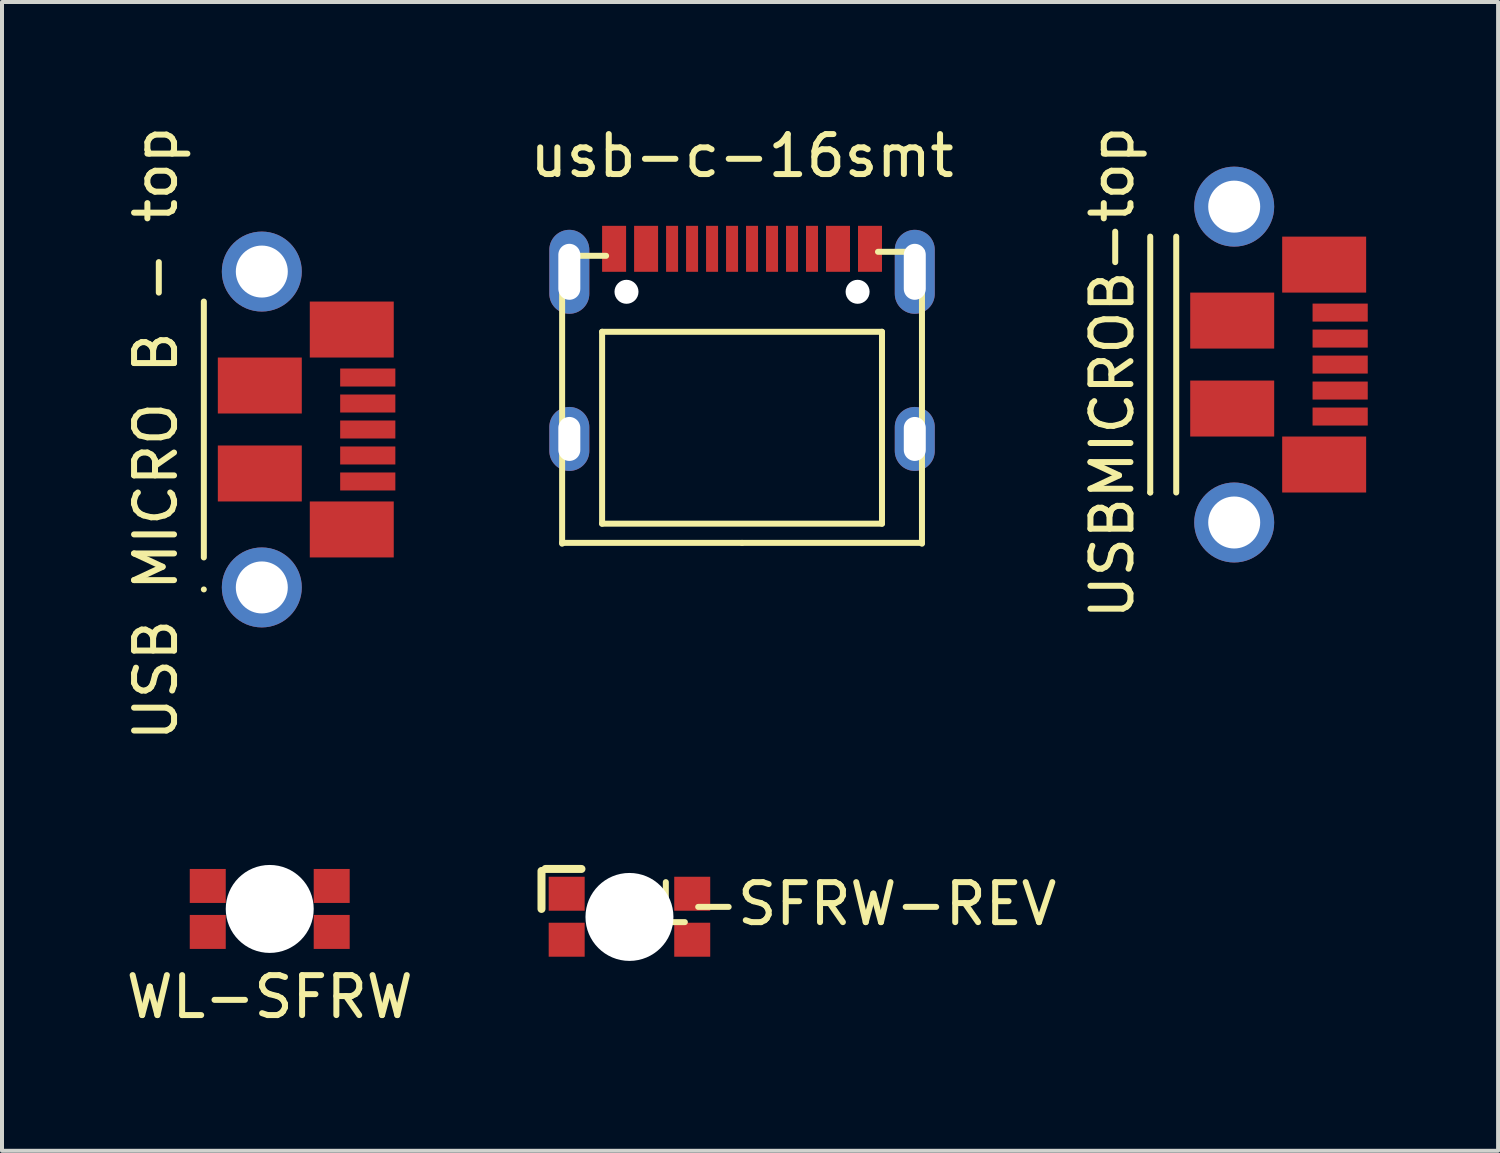
<source format=kicad_pcb>
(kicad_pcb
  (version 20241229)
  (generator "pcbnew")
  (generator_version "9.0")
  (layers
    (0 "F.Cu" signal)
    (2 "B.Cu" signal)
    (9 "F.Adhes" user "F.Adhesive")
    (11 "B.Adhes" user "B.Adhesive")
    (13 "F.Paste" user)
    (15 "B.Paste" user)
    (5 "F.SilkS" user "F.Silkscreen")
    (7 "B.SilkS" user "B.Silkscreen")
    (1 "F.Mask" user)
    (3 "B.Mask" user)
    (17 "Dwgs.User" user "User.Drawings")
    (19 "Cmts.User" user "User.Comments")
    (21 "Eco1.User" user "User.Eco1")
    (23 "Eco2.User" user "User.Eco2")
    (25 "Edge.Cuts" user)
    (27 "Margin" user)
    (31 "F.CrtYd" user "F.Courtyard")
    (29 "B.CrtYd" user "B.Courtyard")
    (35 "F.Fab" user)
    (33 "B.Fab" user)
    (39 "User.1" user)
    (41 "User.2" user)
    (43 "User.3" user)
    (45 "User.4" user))
  (footprint "USB MICRO B - top"
    (layer "F.Cu")
    (at 6.848 7.692)
    (property "Reference" "USB MICRO B - top" (at -6 0.1 90) (layer "F.SilkS") (effects (font (size 1 1) (thickness 0.15))))
    (attr through_hole)
    (fp_line (start -4.8 -3.2) (end -4.8 3.2) (stroke (width 0.15) (type solid)) (layer "F.SilkS"))
    (fp_line (start -4.8 4) (end -4.8 4) (stroke (width 0.15) (type solid)) (layer "F.SilkS"))
    (pad "1" smd rect (at -0.7 1.3) (size 1.38 0.45) (layers "F.Cu" "F.Mask" "F.Paste"))
    (pad "2" smd rect (at -0.7 0.65) (size 1.38 0.45) (layers "F.Cu" "F.Mask" "F.Paste"))
    (pad "3" smd rect (at -0.7 0) (size 1.38 0.45) (layers "F.Cu" "F.Mask" "F.Paste"))
    (pad "4" smd rect (at -0.7 -0.65) (size 1.38 0.45) (layers "F.Cu" "F.Mask" "F.Paste"))
    (pad "5" smd rect (at -0.7 -1.3) (size 1.38 0.45) (layers "F.Cu" "F.Mask" "F.Paste"))
    (pad "6" smd rect (at -3.4 -1.1) (size 2.1 1.4) (layers "F.Cu" "F.Mask" "F.Paste"))
    (pad "6" smd rect (at -3.4 1.1) (size 2.1 1.4) (layers "F.Cu" "F.Mask" "F.Paste"))
    (pad "6" thru_hole circle (at -3.35 -3.95) (size 2 2) (drill 1.3) (layers "*.Cu" "*.Mask"))
    (pad "6" thru_hole circle (at -3.35 3.95) (size 2 2) (drill 1.3) (layers "*.Cu" "*.Mask"))
    (pad "6" smd rect (at -1.1 -2.5) (size 2.1 1.4) (layers "F.Cu" "F.Mask" "F.Paste"))
    (pad "6" smd rect (at -1.1 2.5) (size 2.1 1.4) (layers "F.Cu" "F.Mask" "F.Paste")))
  (footprint "USBMICROB-top"
    (layer "F.Cu")
    (at 31.168 6.068)
    (property "Reference" "USBMICROB-top" (at -6.4 0.2 90) (layer "F.SilkS") (effects (font (size 1 1) (thickness 0.15))))
    (attr through_hole)
    (fp_line (start -5.45 -3.2) (end -5.45 3.2) (stroke (width 0.15) (type solid)) (layer "F.SilkS"))
    (fp_line (start -5.45 3.2) (end -5.45 3.2) (stroke (width 0.15) (type solid)) (layer "F.SilkS"))
    (fp_line (start -4.8 -3.2) (end -4.8 3.2) (stroke (width 0.15) (type solid)) (layer "F.SilkS"))
    (pad "1" smd rect (at -0.7 1.3) (size 1.38 0.45) (layers "F.Cu" "F.Mask" "F.Paste"))
    (pad "2" smd rect (at -0.7 0.65) (size 1.38 0.45) (layers "F.Cu" "F.Mask" "F.Paste"))
    (pad "3" smd rect (at -0.7 0) (size 1.38 0.45) (layers "F.Cu" "F.Mask" "F.Paste"))
    (pad "4" smd rect (at -0.7 -0.65) (size 1.38 0.45) (layers "F.Cu" "F.Mask" "F.Paste"))
    (pad "5" smd rect (at -0.7 -1.3) (size 1.38 0.45) (layers "F.Cu" "F.Mask" "F.Paste"))
    (pad "6" smd rect (at -3.4 -1.1) (size 2.1 1.4) (layers "F.Cu" "F.Mask" "F.Paste"))
    (pad "6" smd rect (at -3.4 1.1) (size 2.1 1.4) (layers "F.Cu" "F.Mask" "F.Paste"))
    (pad "6" thru_hole circle (at -3.35 -3.95) (size 2 2) (drill 1.3) (layers "*.Cu" "*.Mask"))
    (pad "6" thru_hole circle (at -3.35 3.95) (size 2 2) (drill 1.3) (layers "*.Cu" "*.Mask"))
    (pad "6" smd rect (at -1.1 -2.5) (size 2.1 1.4) (layers "F.Cu" "F.Mask" "F.Paste"))
    (pad "6" smd rect (at -1.1 2.5) (size 2.1 1.4) (layers "F.Cu" "F.Mask" "F.Paste")))
  (footprint "WL-SFRW"
    (layer "F.Cu")
    (at 3.696 19.683)
    (property "Reference" "WL-SFRW" (at 0 2.2 0) (layer "F.SilkS") (effects (font (size 1 1) (thickness 0.15))))
    (attr through_hole)
    (pad "" np_thru_hole circle (at 0 0) (size 2.2 2.2) (drill 2.2) (layers "*.Cu" "*.Mask"))
    (pad "4" smd rect (at -1.55 -0.575) (size 0.9 0.85) (layers "F.Cu" "F.Mask" "F.Paste"))
    (pad "5" smd rect (at -1.55 0.575) (size 0.9 0.85) (layers "F.Cu" "F.Mask" "F.Paste"))
    (pad "6" smd rect (at 1.55 0.575) (size 0.9 0.85) (layers "F.Cu" "F.Mask" "F.Paste"))
    (pad "7" smd rect (at 1.55 -0.575) (size 0.9 0.85) (layers "F.Cu" "F.Mask" "F.Paste")))
  (footprint "usb-c-16smt"
    (layer "F.Cu")
    (at 15.509 3.748)
    (property "Reference" "usb-c-16smt" (at 0 -2.9 0) (layer "F.SilkS") (effects (font (size 1 1) (thickness 0.15))))
    (attr through_hole)
    (fp_line (start -4.5 -0.4) (end -4.5 6.8) (stroke (width 0.15) (type solid)) (layer "F.SilkS"))
    (fp_line (start -4.5 6.78) (end 0 6.78) (stroke (width 0.15) (type solid)) (layer "F.SilkS"))
    (fp_line (start -3.5 1.5) (end 3.5 1.5) (stroke (width 0.15) (type solid)) (layer "F.SilkS"))
    (fp_line (start -3.5 6.3) (end -3.5 1.5) (stroke (width 0.15) (type solid)) (layer "F.SilkS"))
    (fp_line (start -3.4 -0.4) (end -4.5 -0.4) (stroke (width 0.15) (type solid)) (layer "F.SilkS"))
    (fp_line (start 0 6.78) (end 4.5 6.78) (stroke (width 0.15) (type solid)) (layer "F.SilkS"))
    (fp_line (start 3.5 1.5) (end 3.5 6.3) (stroke (width 0.15) (type solid)) (layer "F.SilkS"))
    (fp_line (start 3.5 6.3) (end -3.5 6.3) (stroke (width 0.15) (type solid)) (layer "F.SilkS"))
    (fp_line (start 4.5 -0.5) (end 3.4 -0.5) (stroke (width 0.15) (type solid)) (layer "F.SilkS"))
    (fp_line (start 4.5 6.8) (end 4.5 -0.5) (stroke (width 0.15) (type solid)) (layer "F.SilkS"))
    (pad "" np_thru_hole circle (at -2.89 0.5) (size 0.6 0.6) (drill 0.6) (layers "*.Cu" "*.Mask"))
    (pad "" np_thru_hole circle (at 2.89 0.5) (size 0.6 0.6) (drill 0.6) (layers "*.Cu" "*.Mask"))
    (pad "A1/B12" smd rect (at -3.2 -0.575) (size 0.6 1.15) (layers "F.Cu" "F.Mask" "F.Paste"))
    (pad "A4/B9" smd rect (at -2.4 -0.575) (size 0.6 1.15) (layers "F.Cu" "F.Mask" "F.Paste"))
    (pad "A5" smd rect (at -1.25 -0.575) (size 0.3 1.15) (layers "F.Cu" "F.Mask" "F.Paste"))
    (pad "A6" smd rect (at -0.25 -0.575) (size 0.3 1.15) (layers "F.Cu" "F.Mask" "F.Paste"))
    (pad "A7" smd rect (at 0.25 -0.575) (size 0.3 1.15) (layers "F.Cu" "F.Mask" "F.Paste"))
    (pad "A8" smd rect (at 1.25 -0.575) (size 0.3 1.15) (layers "F.Cu" "F.Mask" "F.Paste"))
    (pad "B1/A12" smd rect (at 3.2 -0.575) (size 0.6 1.15) (layers "F.Cu" "F.Mask" "F.Paste"))
    (pad "B4/A9" smd rect (at 2.4 -0.575) (size 0.6 1.15) (layers "F.Cu" "F.Mask" "F.Paste"))
    (pad "B5" smd rect (at 1.75 -0.575) (size 0.3 1.15) (layers "F.Cu" "F.Mask" "F.Paste"))
    (pad "B6" smd rect (at 0.75 -0.575) (size 0.3 1.15) (layers "F.Cu" "F.Mask" "F.Paste"))
    (pad "B7" smd rect (at -0.75 -0.575) (size 0.3 1.15) (layers "F.Cu" "F.Mask" "F.Paste"))
    (pad "B8" smd rect (at -1.75 -0.575) (size 0.3 1.15) (layers "F.Cu" "F.Mask" "F.Paste"))
    (pad "S1" thru_hole oval (at -4.32 4.18) (size 1 1.6) (drill oval 0.55 1.1) (layers "*.Cu" "*.Mask"))
    (pad "S2" thru_hole oval (at -4.32 0) (size 1 2.1) (drill oval 0.55 1.4) (layers "*.Cu" "*.Mask"))
    (pad "S3" thru_hole oval (at 4.32 0) (size 1 2.1) (drill oval 0.55 1.4) (layers "*.Cu" "*.Mask"))
    (pad "S4" thru_hole oval (at 4.32 4.18) (size 1 1.6) (drill oval 0.55 1.1) (layers "*.Cu" "*.Mask")))
  (footprint "WL-SFRW-REV"
    (layer "F.Cu")
    (at 12.693 19.883)
    (property "Reference" "WL-SFRW-REV" (at 5.1 -0.325 0) (layer "F.SilkS") (effects (font (size 1 1) (thickness 0.15))))
    (attr through_hole)
    (fp_line (start -2.2 -0.2) (end -2.2 -1.15) (stroke (width 0.2) (type solid)) (layer "F.SilkS"))
    (fp_line (start -1.2 -1.2) (end -2.1 -1.2) (stroke (width 0.2) (type solid)) (layer "F.SilkS"))
    (pad "" np_thru_hole circle (at 0 0) (size 2.2 2.2) (drill 2.2) (layers "*.Cu" "*.Mask"))
    (pad "1" smd rect (at 1.57 -0.58) (size 0.9 0.85) (layers "F.Cu" "F.Mask" "F.Paste"))
    (pad "4" smd rect (at -1.57 0.57) (size 0.9 0.85) (layers "F.Cu" "F.Mask" "F.Paste"))
    (pad "5" smd rect (at -1.57 -0.58) (size 0.9 0.85) (layers "F.Cu" "F.Mask" "F.Paste"))
    (pad "6" smd rect (at 1.57 0.57) (size 0.9 0.85) (layers "F.Cu" "F.Mask" "F.Paste")))
  (gr_rect
    (start -3 -3)
    (end 34.418 25.732)
    (stroke (width 0.1) (type default))
    (fill no)
    (layer "Edge.Cuts")))
</source>
